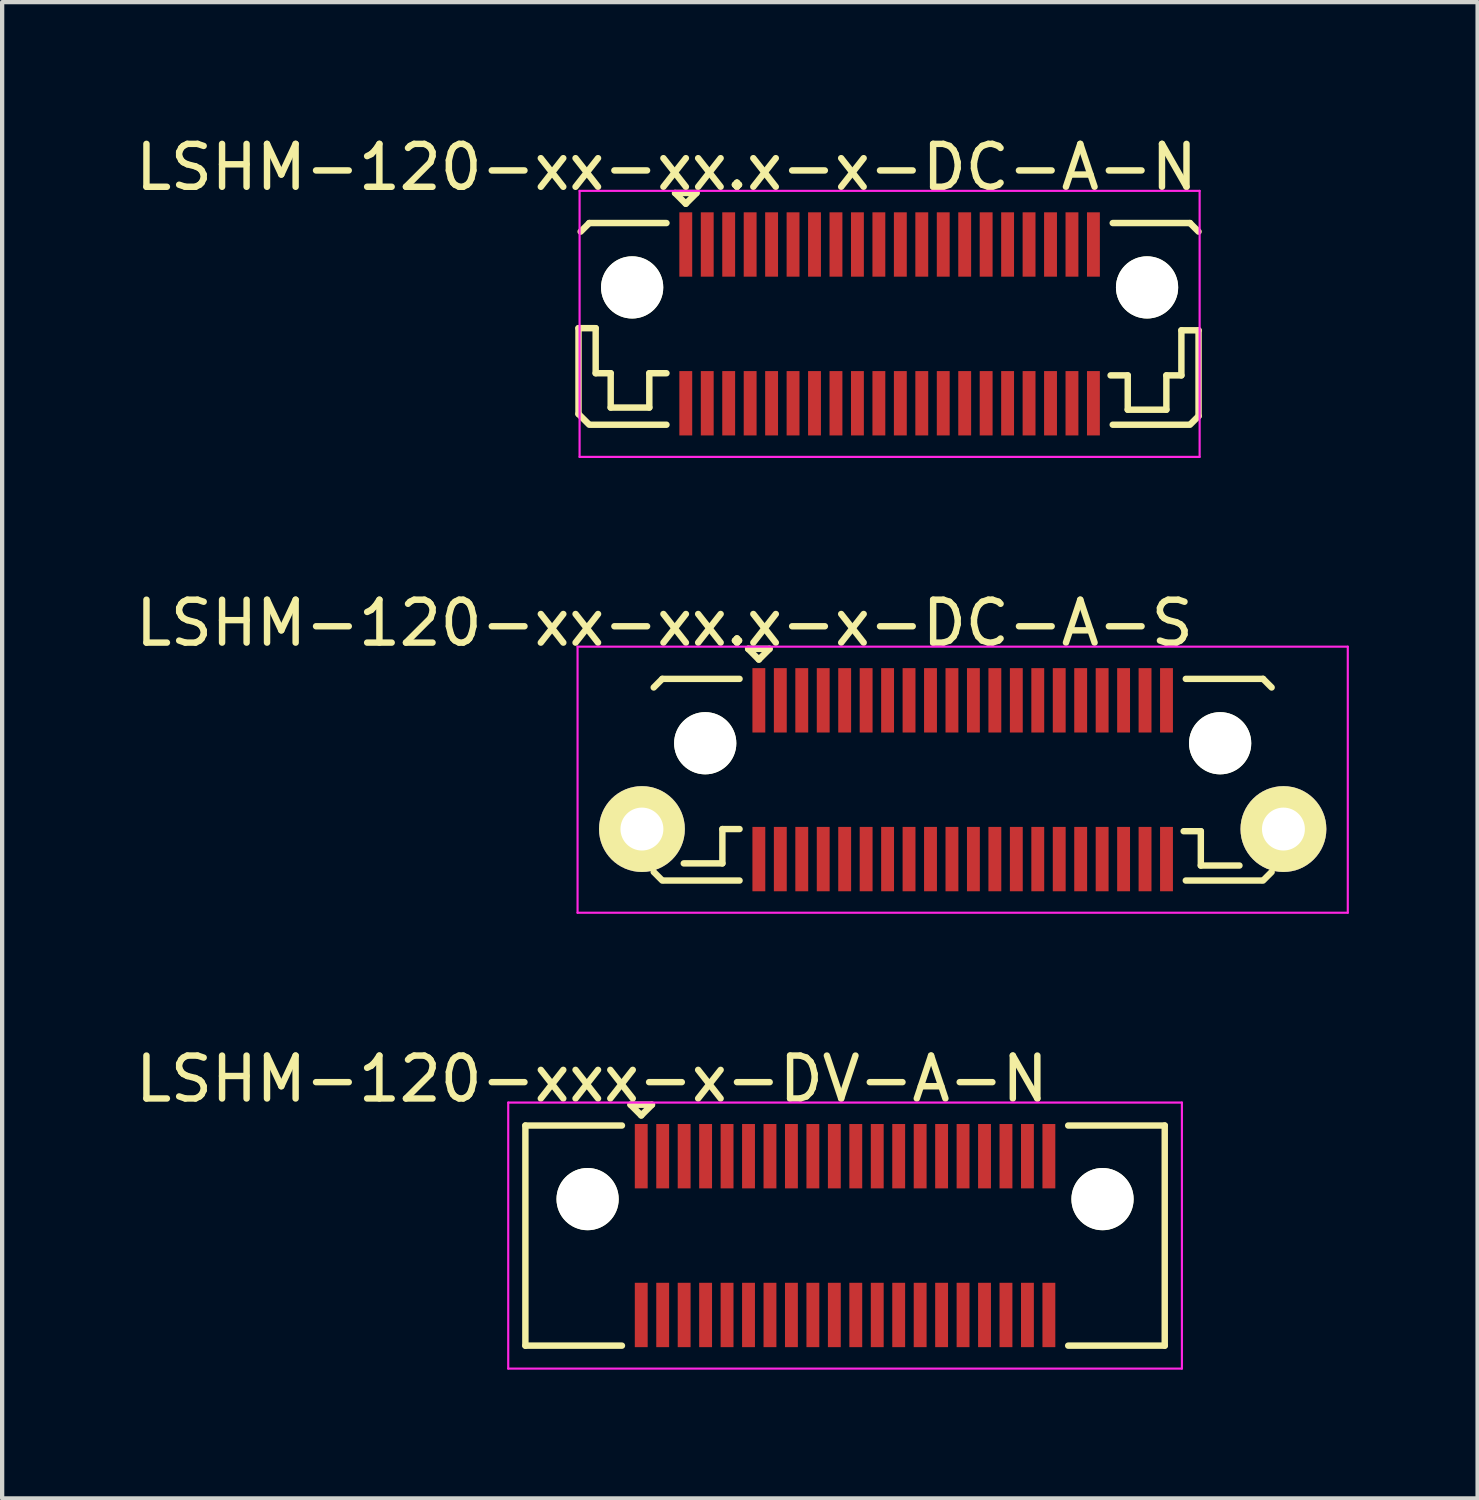
<source format=kicad_pcb>
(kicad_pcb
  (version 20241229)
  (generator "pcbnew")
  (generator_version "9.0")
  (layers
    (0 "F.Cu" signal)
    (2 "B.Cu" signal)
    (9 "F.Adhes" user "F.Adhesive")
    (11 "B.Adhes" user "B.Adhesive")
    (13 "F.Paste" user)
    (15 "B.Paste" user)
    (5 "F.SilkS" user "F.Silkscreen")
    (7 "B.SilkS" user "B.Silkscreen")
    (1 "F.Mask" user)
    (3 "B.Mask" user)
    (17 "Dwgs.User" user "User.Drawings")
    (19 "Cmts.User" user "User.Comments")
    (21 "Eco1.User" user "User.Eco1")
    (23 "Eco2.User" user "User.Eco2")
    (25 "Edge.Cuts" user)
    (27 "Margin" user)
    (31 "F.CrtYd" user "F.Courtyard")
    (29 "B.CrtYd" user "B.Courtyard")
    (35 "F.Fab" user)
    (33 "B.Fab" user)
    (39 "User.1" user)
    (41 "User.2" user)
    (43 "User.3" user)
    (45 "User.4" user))
  (footprint "LSHM-120-xx-xx.x-x-DC-A-N"
    (layer "F.Cu")
    (at 17.682 4.498)
    (property "Reference" "LSHM-120-xx-xx.x-x-DC-A-N" (at -5.2 -3.65 0) (layer "F.SilkS") (effects (font (size 1 1) (thickness 0.15))))
    (attr smd)
    (fp_line (start -7.25 0.1) (end -6.85 0.1) (stroke (width 0.15) (type solid)) (layer "F.SilkS"))
    (fp_line (start -7.25 2.1) (end -7.25 0.1) (stroke (width 0.15) (type solid)) (layer "F.SilkS"))
    (fp_line (start -7 -2.35) (end -7.2 -2.15) (stroke (width 0.15) (type solid)) (layer "F.SilkS"))
    (fp_line (start -7 -2.35) (end -5.2 -2.35) (stroke (width 0.15) (type solid)) (layer "F.SilkS"))
    (fp_line (start -7 2.35) (end -7.25 2.1) (stroke (width 0.15) (type solid)) (layer "F.SilkS"))
    (fp_line (start -6.95 2.35) (end -5.2 2.35) (stroke (width 0.15) (type solid)) (layer "F.SilkS"))
    (fp_line (start -6.85 0.1) (end -6.85 1.15) (stroke (width 0.15) (type solid)) (layer "F.SilkS"))
    (fp_line (start -6.85 1.15) (end -6.5 1.15) (stroke (width 0.15) (type solid)) (layer "F.SilkS"))
    (fp_line (start -6.5 1.95) (end -6.5 1.15) (stroke (width 0.15) (type solid)) (layer "F.SilkS"))
    (fp_line (start -5.6 1.15) (end -5.2 1.15) (stroke (width 0.15) (type solid)) (layer "F.SilkS"))
    (fp_line (start -5.6 1.95) (end -6.5 1.95) (stroke (width 0.15) (type solid)) (layer "F.SilkS"))
    (fp_line (start -5.6 1.95) (end -5.6 1.15) (stroke (width 0.15) (type solid)) (layer "F.SilkS"))
    (fp_line (start -5 -3.05) (end -4.75 -2.8) (stroke (width 0.15) (type solid)) (layer "F.SilkS"))
    (fp_line (start -4.75 -2.8) (end -4.5 -3.05) (stroke (width 0.15) (type solid)) (layer "F.SilkS"))
    (fp_line (start -4.5 -3.05) (end -5 -3.05) (stroke (width 0.15) (type solid)) (layer "F.SilkS"))
    (fp_line (start 5.15 1.2) (end 5.55 1.2) (stroke (width 0.15) (type solid)) (layer "F.SilkS"))
    (fp_line (start 5.2 -2.35) (end 7 -2.35) (stroke (width 0.15) (type solid)) (layer "F.SilkS"))
    (fp_line (start 5.2 2.35) (end 6.95 2.35) (stroke (width 0.15) (type solid)) (layer "F.SilkS"))
    (fp_line (start 5.55 2) (end 5.55 1.2) (stroke (width 0.15) (type solid)) (layer "F.SilkS"))
    (fp_line (start 6.45 1.2) (end 6.8 1.2) (stroke (width 0.15) (type solid)) (layer "F.SilkS"))
    (fp_line (start 6.45 2) (end 5.55 2) (stroke (width 0.15) (type solid)) (layer "F.SilkS"))
    (fp_line (start 6.45 2) (end 6.45 1.2) (stroke (width 0.15) (type solid)) (layer "F.SilkS"))
    (fp_line (start 6.8 0.15) (end 6.8 1.2) (stroke (width 0.15) (type solid)) (layer "F.SilkS"))
    (fp_line (start 6.8 0.15) (end 7.2 0.15) (stroke (width 0.15) (type solid)) (layer "F.SilkS"))
    (fp_line (start 7 -2.35) (end 7.2 -2.15) (stroke (width 0.15) (type solid)) (layer "F.SilkS"))
    (fp_line (start 7 2.35) (end 7.2 2.15) (stroke (width 0.15) (type solid)) (layer "F.SilkS"))
    (fp_line (start 7.2 2.15) (end 7.2 0.15) (stroke (width 0.15) (type solid)) (layer "F.SilkS"))
    (fp_line (start -7.225 -3.1) (end 7.225 -3.1) (stroke (width 0.05) (type solid)) (layer "F.CrtYd"))
    (fp_line (start -7.225 3.1) (end -7.225 -3.1) (stroke (width 0.05) (type solid)) (layer "F.CrtYd"))
    (fp_line (start -7.225 3.1) (end 7.225 3.1) (stroke (width 0.05) (type solid)) (layer "F.CrtYd"))
    (fp_line (start 7.225 3.1) (end 7.225 -3.1) (stroke (width 0.05) (type solid)) (layer "F.CrtYd"))
    (pad "" np_thru_hole circle (at -6 -0.85) (size 1.45 1.45) (drill 1.45) (layers "*.Cu" "*.Mask" "F.SilkS"))
    (pad "" np_thru_hole circle (at 6 -0.85) (size 1.45 1.45) (drill 1.45) (layers "*.Cu" "*.Mask" "F.SilkS"))
    (pad "1" smd rect (at -4.75 -1.85) (size 0.3 1.5) (layers "F.Cu" "F.Mask" "F.Paste"))
    (pad "2" smd rect (at -4.75 1.85) (size 0.3 1.5) (layers "F.Cu" "F.Mask" "F.Paste"))
    (pad "3" smd rect (at -4.25 -1.85) (size 0.3 1.5) (layers "F.Cu" "F.Mask" "F.Paste"))
    (pad "4" smd rect (at -4.25 1.85) (size 0.3 1.5) (layers "F.Cu" "F.Mask" "F.Paste"))
    (pad "5" smd rect (at -3.75 -1.85) (size 0.3 1.5) (layers "F.Cu" "F.Mask" "F.Paste"))
    (pad "6" smd rect (at -3.75 1.85) (size 0.3 1.5) (layers "F.Cu" "F.Mask" "F.Paste"))
    (pad "7" smd rect (at -3.25 -1.85) (size 0.3 1.5) (layers "F.Cu" "F.Mask" "F.Paste"))
    (pad "8" smd rect (at -3.25 1.85) (size 0.3 1.5) (layers "F.Cu" "F.Mask" "F.Paste"))
    (pad "9" smd rect (at -2.75 -1.85) (size 0.3 1.5) (layers "F.Cu" "F.Mask" "F.Paste"))
    (pad "10" smd rect (at -2.75 1.85) (size 0.3 1.5) (layers "F.Cu" "F.Mask" "F.Paste"))
    (pad "11" smd rect (at -2.25 -1.85) (size 0.3 1.5) (layers "F.Cu" "F.Mask" "F.Paste"))
    (pad "12" smd rect (at -2.25 1.85) (size 0.3 1.5) (layers "F.Cu" "F.Mask" "F.Paste"))
    (pad "13" smd rect (at -1.75 -1.85) (size 0.3 1.5) (layers "F.Cu" "F.Mask" "F.Paste"))
    (pad "14" smd rect (at -1.75 1.85) (size 0.3 1.5) (layers "F.Cu" "F.Mask" "F.Paste"))
    (pad "15" smd rect (at -1.25 -1.85) (size 0.3 1.5) (layers "F.Cu" "F.Mask" "F.Paste"))
    (pad "16" smd rect (at -1.25 1.85) (size 0.3 1.5) (layers "F.Cu" "F.Mask" "F.Paste"))
    (pad "17" smd rect (at -0.75 -1.85) (size 0.3 1.5) (layers "F.Cu" "F.Mask" "F.Paste"))
    (pad "18" smd rect (at -0.75 1.85) (size 0.3 1.5) (layers "F.Cu" "F.Mask" "F.Paste"))
    (pad "19" smd rect (at -0.25 -1.85) (size 0.3 1.5) (layers "F.Cu" "F.Mask" "F.Paste"))
    (pad "20" smd rect (at -0.25 1.85) (size 0.3 1.5) (layers "F.Cu" "F.Mask" "F.Paste"))
    (pad "21" smd rect (at 0.25 -1.85) (size 0.3 1.5) (layers "F.Cu" "F.Mask" "F.Paste"))
    (pad "22" smd rect (at 0.25 1.85) (size 0.3 1.5) (layers "F.Cu" "F.Mask" "F.Paste"))
    (pad "23" smd rect (at 0.75 -1.85) (size 0.3 1.5) (layers "F.Cu" "F.Mask" "F.Paste"))
    (pad "24" smd rect (at 0.75 1.85) (size 0.3 1.5) (layers "F.Cu" "F.Mask" "F.Paste"))
    (pad "25" smd rect (at 1.25 -1.85) (size 0.3 1.5) (layers "F.Cu" "F.Mask" "F.Paste"))
    (pad "26" smd rect (at 1.25 1.85) (size 0.3 1.5) (layers "F.Cu" "F.Mask" "F.Paste"))
    (pad "27" smd rect (at 1.75 -1.85) (size 0.3 1.5) (layers "F.Cu" "F.Mask" "F.Paste"))
    (pad "28" smd rect (at 1.75 1.85) (size 0.3 1.5) (layers "F.Cu" "F.Mask" "F.Paste"))
    (pad "29" smd rect (at 2.25 -1.85) (size 0.3 1.5) (layers "F.Cu" "F.Mask" "F.Paste"))
    (pad "30" smd rect (at 2.25 1.85) (size 0.3 1.5) (layers "F.Cu" "F.Mask" "F.Paste"))
    (pad "31" smd rect (at 2.75 -1.85) (size 0.3 1.5) (layers "F.Cu" "F.Mask" "F.Paste"))
    (pad "32" smd rect (at 2.75 1.85) (size 0.3 1.5) (layers "F.Cu" "F.Mask" "F.Paste"))
    (pad "33" smd rect (at 3.25 -1.85) (size 0.3 1.5) (layers "F.Cu" "F.Mask" "F.Paste"))
    (pad "34" smd rect (at 3.25 1.85) (size 0.3 1.5) (layers "F.Cu" "F.Mask" "F.Paste"))
    (pad "35" smd rect (at 3.75 -1.85) (size 0.3 1.5) (layers "F.Cu" "F.Mask" "F.Paste"))
    (pad "36" smd rect (at 3.75 1.85) (size 0.3 1.5) (layers "F.Cu" "F.Mask" "F.Paste"))
    (pad "37" smd rect (at 4.25 -1.85) (size 0.3 1.5) (layers "F.Cu" "F.Mask" "F.Paste"))
    (pad "38" smd rect (at 4.25 1.85) (size 0.3 1.5) (layers "F.Cu" "F.Mask" "F.Paste"))
    (pad "39" smd rect (at 4.75 -1.85) (size 0.3 1.5) (layers "F.Cu" "F.Mask" "F.Paste"))
    (pad "40" smd rect (at 4.75 1.85) (size 0.3 1.5) (layers "F.Cu" "F.Mask" "F.Paste")))
  (footprint "LSHM-120-xxx-x-DV-A-N"
    (layer "F.Cu")
    (at 16.644 25.745)
    (property "Reference" "LSHM-120-xxx-x-DV-A-N" (at -5.9 -3.65 0) (layer "F.SilkS") (effects (font (size 1 1) (thickness 0.15))))
    (attr smd)
    (fp_line (start -7.45 -2.565) (end -5.2 -2.565) (stroke (width 0.15) (type solid)) (layer "F.SilkS"))
    (fp_line (start -7.45 2.565) (end -7.45 -2.565) (stroke (width 0.15) (type solid)) (layer "F.SilkS"))
    (fp_line (start -7.45 2.565) (end -5.2 2.565) (stroke (width 0.15) (type solid)) (layer "F.SilkS"))
    (fp_line (start -5 -3.05) (end -4.75 -2.8) (stroke (width 0.15) (type solid)) (layer "F.SilkS"))
    (fp_line (start -4.75 -2.8) (end -4.5 -3.05) (stroke (width 0.15) (type solid)) (layer "F.SilkS"))
    (fp_line (start -4.5 -3.05) (end -5 -3.05) (stroke (width 0.15) (type solid)) (layer "F.SilkS"))
    (fp_line (start 7.45 -2.565) (end 5.2 -2.565) (stroke (width 0.15) (type solid)) (layer "F.SilkS"))
    (fp_line (start 7.45 2.565) (end 5.2 2.565) (stroke (width 0.15) (type solid)) (layer "F.SilkS"))
    (fp_line (start 7.45 2.565) (end 7.45 -2.565) (stroke (width 0.15) (type solid)) (layer "F.SilkS"))
    (fp_line (start -7.85 -3.1) (end 7.85 -3.1) (stroke (width 0.05) (type solid)) (layer "F.CrtYd"))
    (fp_line (start -7.85 3.1) (end -7.85 -3.1) (stroke (width 0.05) (type solid)) (layer "F.CrtYd"))
    (fp_line (start -7.85 3.1) (end 7.85 3.1) (stroke (width 0.05) (type solid)) (layer "F.CrtYd"))
    (fp_line (start 7.85 3.1) (end 7.85 -3.1) (stroke (width 0.05) (type solid)) (layer "F.CrtYd"))
    (pad "" np_thru_hole circle (at -6 -0.85) (size 1.45 1.45) (drill 1.45) (layers "*.Cu" "*.Mask" "F.SilkS"))
    (pad "" np_thru_hole circle (at 6 -0.85) (size 1.45 1.45) (drill 1.45) (layers "*.Cu" "*.Mask" "F.SilkS"))
    (pad "1" smd rect (at -4.75 -1.85) (size 0.3 1.5) (layers "F.Cu" "F.Mask" "F.Paste"))
    (pad "2" smd rect (at -4.75 1.85) (size 0.3 1.5) (layers "F.Cu" "F.Mask" "F.Paste"))
    (pad "3" smd rect (at -4.25 -1.85) (size 0.3 1.5) (layers "F.Cu" "F.Mask" "F.Paste"))
    (pad "4" smd rect (at -4.25 1.85) (size 0.3 1.5) (layers "F.Cu" "F.Mask" "F.Paste"))
    (pad "5" smd rect (at -3.75 -1.85) (size 0.3 1.5) (layers "F.Cu" "F.Mask" "F.Paste"))
    (pad "6" smd rect (at -3.75 1.85) (size 0.3 1.5) (layers "F.Cu" "F.Mask" "F.Paste"))
    (pad "7" smd rect (at -3.25 -1.85) (size 0.3 1.5) (layers "F.Cu" "F.Mask" "F.Paste"))
    (pad "8" smd rect (at -3.25 1.85) (size 0.3 1.5) (layers "F.Cu" "F.Mask" "F.Paste"))
    (pad "9" smd rect (at -2.75 -1.85) (size 0.3 1.5) (layers "F.Cu" "F.Mask" "F.Paste"))
    (pad "10" smd rect (at -2.75 1.85) (size 0.3 1.5) (layers "F.Cu" "F.Mask" "F.Paste"))
    (pad "11" smd rect (at -2.25 -1.85) (size 0.3 1.5) (layers "F.Cu" "F.Mask" "F.Paste"))
    (pad "12" smd rect (at -2.25 1.85) (size 0.3 1.5) (layers "F.Cu" "F.Mask" "F.Paste"))
    (pad "13" smd rect (at -1.75 -1.85) (size 0.3 1.5) (layers "F.Cu" "F.Mask" "F.Paste"))
    (pad "14" smd rect (at -1.75 1.85) (size 0.3 1.5) (layers "F.Cu" "F.Mask" "F.Paste"))
    (pad "15" smd rect (at -1.25 -1.85) (size 0.3 1.5) (layers "F.Cu" "F.Mask" "F.Paste"))
    (pad "16" smd rect (at -1.25 1.85) (size 0.3 1.5) (layers "F.Cu" "F.Mask" "F.Paste"))
    (pad "17" smd rect (at -0.75 -1.85) (size 0.3 1.5) (layers "F.Cu" "F.Mask" "F.Paste"))
    (pad "18" smd rect (at -0.75 1.85) (size 0.3 1.5) (layers "F.Cu" "F.Mask" "F.Paste"))
    (pad "19" smd rect (at -0.25 -1.85) (size 0.3 1.5) (layers "F.Cu" "F.Mask" "F.Paste"))
    (pad "20" smd rect (at -0.25 1.85) (size 0.3 1.5) (layers "F.Cu" "F.Mask" "F.Paste"))
    (pad "21" smd rect (at 0.25 -1.85) (size 0.3 1.5) (layers "F.Cu" "F.Mask" "F.Paste"))
    (pad "22" smd rect (at 0.25 1.85) (size 0.3 1.5) (layers "F.Cu" "F.Mask" "F.Paste"))
    (pad "23" smd rect (at 0.75 -1.85) (size 0.3 1.5) (layers "F.Cu" "F.Mask" "F.Paste"))
    (pad "24" smd rect (at 0.75 1.85) (size 0.3 1.5) (layers "F.Cu" "F.Mask" "F.Paste"))
    (pad "25" smd rect (at 1.25 -1.85) (size 0.3 1.5) (layers "F.Cu" "F.Mask" "F.Paste"))
    (pad "26" smd rect (at 1.25 1.85) (size 0.3 1.5) (layers "F.Cu" "F.Mask" "F.Paste"))
    (pad "27" smd rect (at 1.75 -1.85) (size 0.3 1.5) (layers "F.Cu" "F.Mask" "F.Paste"))
    (pad "28" smd rect (at 1.75 1.85) (size 0.3 1.5) (layers "F.Cu" "F.Mask" "F.Paste"))
    (pad "29" smd rect (at 2.25 -1.85) (size 0.3 1.5) (layers "F.Cu" "F.Mask" "F.Paste"))
    (pad "30" smd rect (at 2.25 1.85) (size 0.3 1.5) (layers "F.Cu" "F.Mask" "F.Paste"))
    (pad "31" smd rect (at 2.75 -1.85) (size 0.3 1.5) (layers "F.Cu" "F.Mask" "F.Paste"))
    (pad "32" smd rect (at 2.75 1.85) (size 0.3 1.5) (layers "F.Cu" "F.Mask" "F.Paste"))
    (pad "33" smd rect (at 3.25 -1.85) (size 0.3 1.5) (layers "F.Cu" "F.Mask" "F.Paste"))
    (pad "34" smd rect (at 3.25 1.85) (size 0.3 1.5) (layers "F.Cu" "F.Mask" "F.Paste"))
    (pad "35" smd rect (at 3.75 -1.85) (size 0.3 1.5) (layers "F.Cu" "F.Mask" "F.Paste"))
    (pad "36" smd rect (at 3.75 1.85) (size 0.3 1.5) (layers "F.Cu" "F.Mask" "F.Paste"))
    (pad "37" smd rect (at 4.25 -1.85) (size 0.3 1.5) (layers "F.Cu" "F.Mask" "F.Paste"))
    (pad "38" smd rect (at 4.25 1.85) (size 0.3 1.5) (layers "F.Cu" "F.Mask" "F.Paste"))
    (pad "39" smd rect (at 4.75 -1.85) (size 0.3 1.5) (layers "F.Cu" "F.Mask" "F.Paste"))
    (pad "40" smd rect (at 4.75 1.85) (size 0.3 1.5) (layers "F.Cu" "F.Mask" "F.Paste")))
  (footprint "LSHM-120-xx-xx.x-x-DC-A-S"
    (layer "F.Cu")
    (at 19.385 15.121)
    (property "Reference" "LSHM-120-xx-xx.x-x-DC-A-S" (at -6.95 -3.65 0) (layer "F.SilkS") (effects (font (size 1 1) (thickness 0.15))))
    (attr smd)
    (fp_line (start -7 -2.35) (end -7.2 -2.15) (stroke (width 0.15) (type solid)) (layer "F.SilkS"))
    (fp_line (start -7 -2.35) (end -5.2 -2.35) (stroke (width 0.15) (type solid)) (layer "F.SilkS"))
    (fp_line (start -7 2.35) (end -7.2 2.15) (stroke (width 0.15) (type solid)) (layer "F.SilkS"))
    (fp_line (start -6.95 2.35) (end -5.2 2.35) (stroke (width 0.15) (type solid)) (layer "F.SilkS"))
    (fp_line (start -5.6 1.15) (end -5.2 1.15) (stroke (width 0.15) (type solid)) (layer "F.SilkS"))
    (fp_line (start -5.6 1.95) (end -6.5 1.95) (stroke (width 0.15) (type solid)) (layer "F.SilkS"))
    (fp_line (start -5.6 1.95) (end -5.6 1.15) (stroke (width 0.15) (type solid)) (layer "F.SilkS"))
    (fp_line (start -5 -3.05) (end -4.75 -2.8) (stroke (width 0.15) (type solid)) (layer "F.SilkS"))
    (fp_line (start -4.75 -2.8) (end -4.5 -3.05) (stroke (width 0.15) (type solid)) (layer "F.SilkS"))
    (fp_line (start -4.5 -3.05) (end -5 -3.05) (stroke (width 0.15) (type solid)) (layer "F.SilkS"))
    (fp_line (start 5.15 1.2) (end 5.55 1.2) (stroke (width 0.15) (type solid)) (layer "F.SilkS"))
    (fp_line (start 5.2 -2.35) (end 7 -2.35) (stroke (width 0.15) (type solid)) (layer "F.SilkS"))
    (fp_line (start 5.2 2.35) (end 6.95 2.35) (stroke (width 0.15) (type solid)) (layer "F.SilkS"))
    (fp_line (start 5.55 2) (end 5.55 1.2) (stroke (width 0.15) (type solid)) (layer "F.SilkS"))
    (fp_line (start 6.45 2) (end 5.55 2) (stroke (width 0.15) (type solid)) (layer "F.SilkS"))
    (fp_line (start 7 -2.35) (end 7.2 -2.15) (stroke (width 0.15) (type solid)) (layer "F.SilkS"))
    (fp_line (start 7 2.35) (end 7.2 2.15) (stroke (width 0.15) (type solid)) (layer "F.SilkS"))
    (fp_line (start -8.975 -3.1) (end 8.975 -3.1) (stroke (width 0.05) (type solid)) (layer "F.CrtYd"))
    (fp_line (start -8.975 3.1) (end -8.975 -3.1) (stroke (width 0.05) (type solid)) (layer "F.CrtYd"))
    (fp_line (start -8.975 3.1) (end 8.975 3.1) (stroke (width 0.05) (type solid)) (layer "F.CrtYd"))
    (fp_line (start 8.975 3.1) (end 8.975 -3.1) (stroke (width 0.05) (type solid)) (layer "F.CrtYd"))
    (pad "" np_thru_hole circle (at -6 -0.85) (size 1.45 1.45) (drill 1.45) (layers "*.Cu" "*.Mask" "F.SilkS"))
    (pad "" np_thru_hole circle (at 6 -0.85) (size 1.45 1.45) (drill 1.45) (layers "*.Cu" "*.Mask" "F.SilkS"))
    (pad "1" smd rect (at -4.75 -1.85) (size 0.3 1.5) (layers "F.Cu" "F.Mask" "F.Paste"))
    (pad "2" smd rect (at -4.75 1.85) (size 0.3 1.5) (layers "F.Cu" "F.Mask" "F.Paste"))
    (pad "3" smd rect (at -4.25 -1.85) (size 0.3 1.5) (layers "F.Cu" "F.Mask" "F.Paste"))
    (pad "4" smd rect (at -4.25 1.85) (size 0.3 1.5) (layers "F.Cu" "F.Mask" "F.Paste"))
    (pad "5" smd rect (at -3.75 -1.85) (size 0.3 1.5) (layers "F.Cu" "F.Mask" "F.Paste"))
    (pad "6" smd rect (at -3.75 1.85) (size 0.3 1.5) (layers "F.Cu" "F.Mask" "F.Paste"))
    (pad "7" smd rect (at -3.25 -1.85) (size 0.3 1.5) (layers "F.Cu" "F.Mask" "F.Paste"))
    (pad "8" smd rect (at -3.25 1.85) (size 0.3 1.5) (layers "F.Cu" "F.Mask" "F.Paste"))
    (pad "9" smd rect (at -2.75 -1.85) (size 0.3 1.5) (layers "F.Cu" "F.Mask" "F.Paste"))
    (pad "10" smd rect (at -2.75 1.85) (size 0.3 1.5) (layers "F.Cu" "F.Mask" "F.Paste"))
    (pad "11" smd rect (at -2.25 -1.85) (size 0.3 1.5) (layers "F.Cu" "F.Mask" "F.Paste"))
    (pad "12" smd rect (at -2.25 1.85) (size 0.3 1.5) (layers "F.Cu" "F.Mask" "F.Paste"))
    (pad "13" smd rect (at -1.75 -1.85) (size 0.3 1.5) (layers "F.Cu" "F.Mask" "F.Paste"))
    (pad "14" smd rect (at -1.75 1.85) (size 0.3 1.5) (layers "F.Cu" "F.Mask" "F.Paste"))
    (pad "15" smd rect (at -1.25 -1.85) (size 0.3 1.5) (layers "F.Cu" "F.Mask" "F.Paste"))
    (pad "16" smd rect (at -1.25 1.85) (size 0.3 1.5) (layers "F.Cu" "F.Mask" "F.Paste"))
    (pad "17" smd rect (at -0.75 -1.85) (size 0.3 1.5) (layers "F.Cu" "F.Mask" "F.Paste"))
    (pad "18" smd rect (at -0.75 1.85) (size 0.3 1.5) (layers "F.Cu" "F.Mask" "F.Paste"))
    (pad "19" smd rect (at -0.25 -1.85) (size 0.3 1.5) (layers "F.Cu" "F.Mask" "F.Paste"))
    (pad "20" smd rect (at -0.25 1.85) (size 0.3 1.5) (layers "F.Cu" "F.Mask" "F.Paste"))
    (pad "21" smd rect (at 0.25 -1.85) (size 0.3 1.5) (layers "F.Cu" "F.Mask" "F.Paste"))
    (pad "22" smd rect (at 0.25 1.85) (size 0.3 1.5) (layers "F.Cu" "F.Mask" "F.Paste"))
    (pad "23" smd rect (at 0.75 -1.85) (size 0.3 1.5) (layers "F.Cu" "F.Mask" "F.Paste"))
    (pad "24" smd rect (at 0.75 1.85) (size 0.3 1.5) (layers "F.Cu" "F.Mask" "F.Paste"))
    (pad "25" smd rect (at 1.25 -1.85) (size 0.3 1.5) (layers "F.Cu" "F.Mask" "F.Paste"))
    (pad "26" smd rect (at 1.25 1.85) (size 0.3 1.5) (layers "F.Cu" "F.Mask" "F.Paste"))
    (pad "27" smd rect (at 1.75 -1.85) (size 0.3 1.5) (layers "F.Cu" "F.Mask" "F.Paste"))
    (pad "28" smd rect (at 1.75 1.85) (size 0.3 1.5) (layers "F.Cu" "F.Mask" "F.Paste"))
    (pad "29" smd rect (at 2.25 -1.85) (size 0.3 1.5) (layers "F.Cu" "F.Mask" "F.Paste"))
    (pad "30" smd rect (at 2.25 1.85) (size 0.3 1.5) (layers "F.Cu" "F.Mask" "F.Paste"))
    (pad "31" smd rect (at 2.75 -1.85) (size 0.3 1.5) (layers "F.Cu" "F.Mask" "F.Paste"))
    (pad "32" smd rect (at 2.75 1.85) (size 0.3 1.5) (layers "F.Cu" "F.Mask" "F.Paste"))
    (pad "33" smd rect (at 3.25 -1.85) (size 0.3 1.5) (layers "F.Cu" "F.Mask" "F.Paste"))
    (pad "34" smd rect (at 3.25 1.85) (size 0.3 1.5) (layers "F.Cu" "F.Mask" "F.Paste"))
    (pad "35" smd rect (at 3.75 -1.85) (size 0.3 1.5) (layers "F.Cu" "F.Mask" "F.Paste"))
    (pad "36" smd rect (at 3.75 1.85) (size 0.3 1.5) (layers "F.Cu" "F.Mask" "F.Paste"))
    (pad "37" smd rect (at 4.25 -1.85) (size 0.3 1.5) (layers "F.Cu" "F.Mask" "F.Paste"))
    (pad "38" smd rect (at 4.25 1.85) (size 0.3 1.5) (layers "F.Cu" "F.Mask" "F.Paste"))
    (pad "39" smd rect (at 4.75 -1.85) (size 0.3 1.5) (layers "F.Cu" "F.Mask" "F.Paste"))
    (pad "40" smd rect (at 4.75 1.85) (size 0.3 1.5) (layers "F.Cu" "F.Mask" "F.Paste"))
    (pad "41" thru_hole circle (at -7.475 1.15) (size 2 2) (drill 1) (layers "*.Cu" "*.Mask" "F.SilkS"))
    (pad "41" thru_hole circle (at 7.475 1.15) (size 2 2) (drill 1) (layers "*.Cu" "*.Mask" "F.SilkS")))
  (gr_rect
    (start -3 -3)
    (end 31.385 31.87)
    (stroke (width 0.1) (type default))
    (fill no)
    (layer "Edge.Cuts")))
</source>
